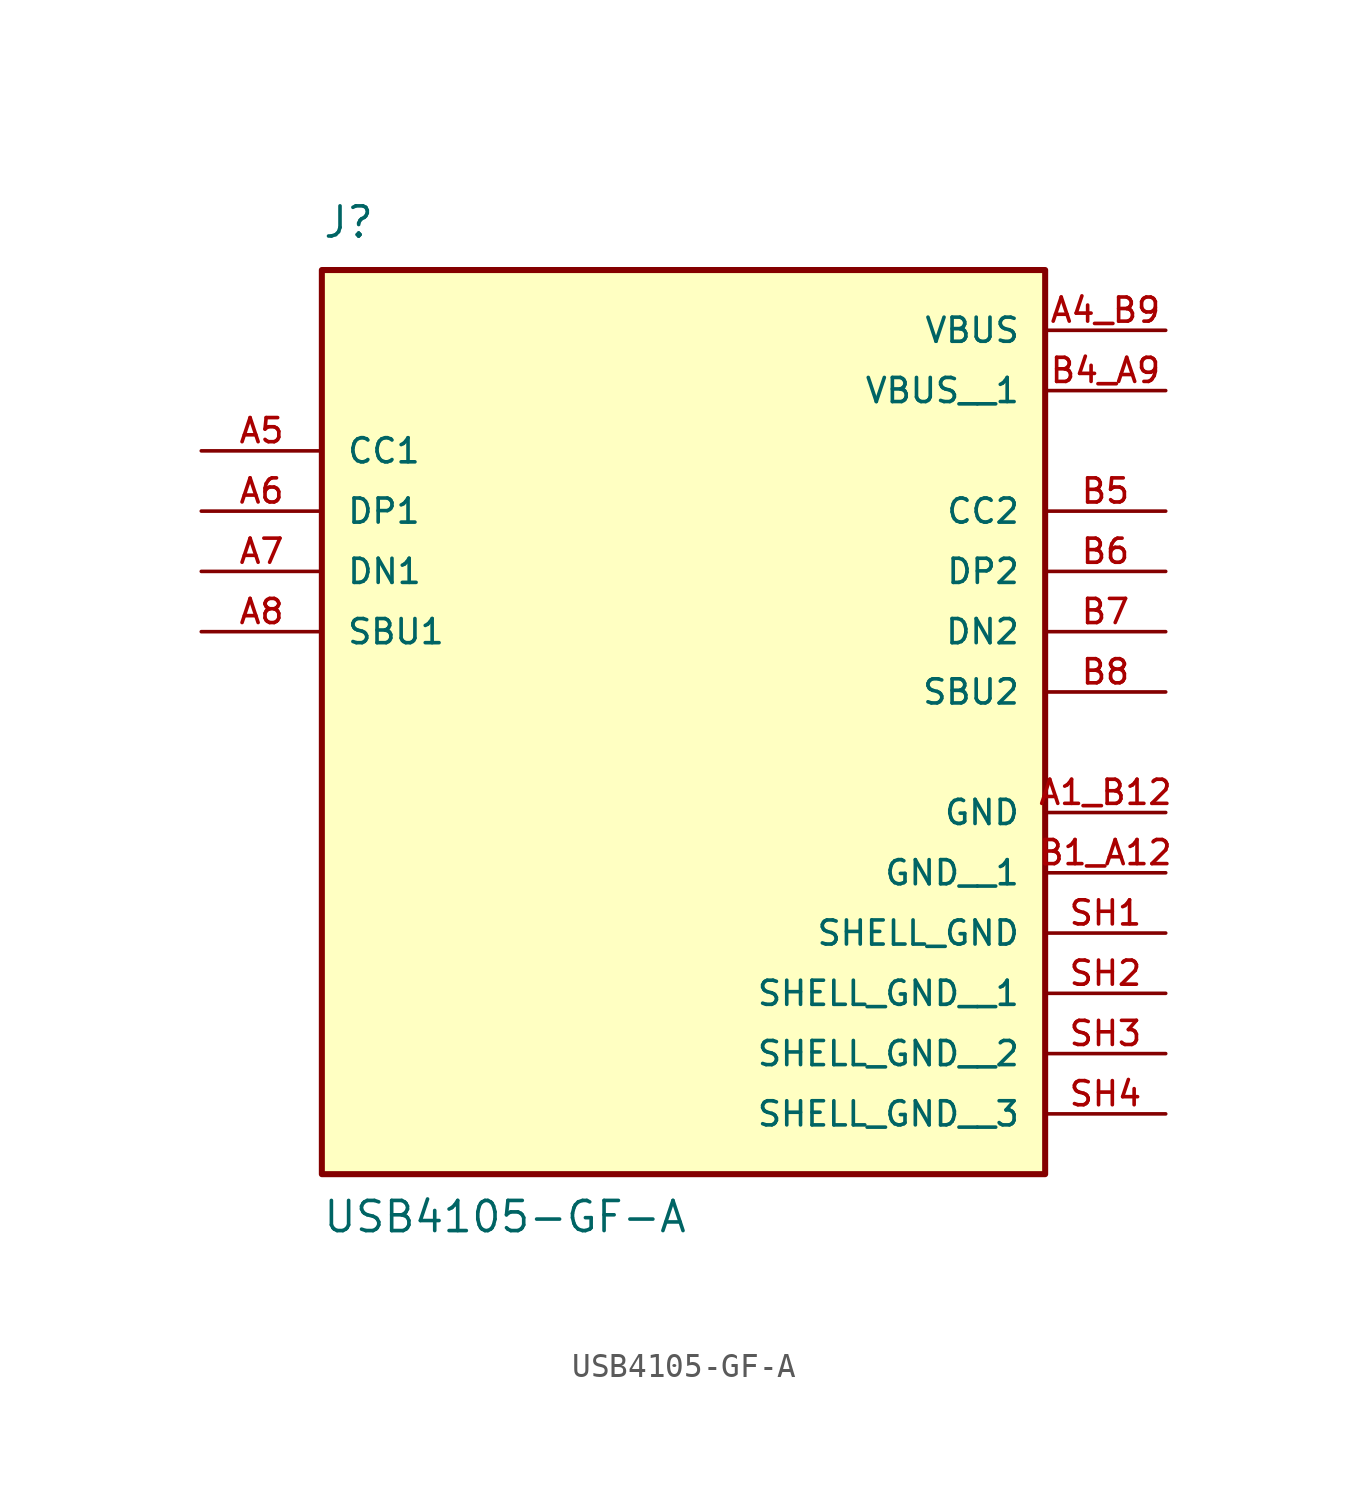
<source format=kicad_sym>
(kicad_symbol_lib
  (version 20220914)
  (generator kicad_symbol_editor)
  (symbol "USB4105-GF-A"
    (pin_names
      (offset 1.016))
    (property "Reference" "J"
      (at -15.24 13.97 0)
      (effects (font (size 1.27 1.27)) (justify left bottom)))
    (property "Value" "USB4105-GF-A"
      (at -15.24 -27.94 0)
      (effects (font (size 1.27 1.27)) (justify left bottom)))
    (symbol "USB4105-GF-A_0_0"
      (rectangle (start -15.24 -25.4) (end 15.24 12.7) (stroke (width 0.254) (type default)) (fill (type background)))
      (pin bidirectional line (at -20.32 5.08 0) (length 5.08) (name "CC1" (effects (font (size 1.016 1.016)))) (number "A5" (effects (font (size 1.016 1.016)))))
      (pin bidirectional line (at -20.32 2.54 0) (length 5.08) (name "DP1" (effects (font (size 1.016 1.016)))) (number "A6" (effects (font (size 1.016 1.016)))))
      (pin bidirectional line (at -20.32 0 0) (length 5.08) (name "DN1" (effects (font (size 1.016 1.016)))) (number "A7" (effects (font (size 1.016 1.016)))))
      (pin bidirectional line (at -20.32 -2.54 0) (length 5.08) (name "SBU1" (effects (font (size 1.016 1.016)))) (number "A8" (effects (font (size 1.016 1.016)))))
      (pin bidirectional line (at 20.32 2.54 180) (length 5.08) (name "CC2" (effects (font (size 1.016 1.016)))) (number "B5" (effects (font (size 1.016 1.016)))))
      (pin bidirectional line (at 20.32 0 180) (length 5.08) (name "DP2" (effects (font (size 1.016 1.016)))) (number "B6" (effects (font (size 1.016 1.016)))))
      (pin bidirectional line (at 20.32 -2.54 180) (length 5.08) (name "DN2" (effects (font (size 1.016 1.016)))) (number "B7" (effects (font (size 1.016 1.016)))))
      (pin bidirectional line (at 20.32 -5.08 180) (length 5.08) (name "SBU2" (effects (font (size 1.016 1.016)))) (number "B8" (effects (font (size 1.016 1.016))))))
    (symbol "USB4105-GF-A_1_0"
      (pin power_out line (at 20.32 -10.16 180) (length 5.08) (name "GND" (effects (font (size 1.016 1.016)))) (number "A1_B12" (effects (font (size 1.016 1.016)))))
      (pin power_out line (at 20.32 10.16 180) (length 5.08) (name "VBUS" (effects (font (size 1.016 1.016)))) (number "A4_B9" (effects (font (size 1.016 1.016)))))
      (pin power_out line (at 20.32 -12.7 180) (length 5.08) (name "GND__1" (effects (font (size 1.016 1.016)))) (number "B1_A12" (effects (font (size 1.016 1.016)))))
      (pin power_out line (at 20.32 7.62 180) (length 5.08) (name "VBUS__1" (effects (font (size 1.016 1.016)))) (number "B4_A9" (effects (font (size 1.016 1.016)))))
      (pin power_out line (at 20.32 -15.24 180) (length 5.08) (name "SHELL_GND" (effects (font (size 1.016 1.016)))) (number "SH1" (effects (font (size 1.016 1.016)))))
      (pin power_out line (at 20.32 -17.78 180) (length 5.08) (name "SHELL_GND__1" (effects (font (size 1.016 1.016)))) (number "SH2" (effects (font (size 1.016 1.016)))))
      (pin power_out line (at 20.32 -20.32 180) (length 5.08) (name "SHELL_GND__2" (effects (font (size 1.016 1.016)))) (number "SH3" (effects (font (size 1.016 1.016)))))
      (pin power_out line (at 20.32 -22.86 180) (length 5.08) (name "SHELL_GND__3" (effects (font (size 1.016 1.016)))) (number "SH4" (effects (font (size 1.016 1.016))))))))
</source>
